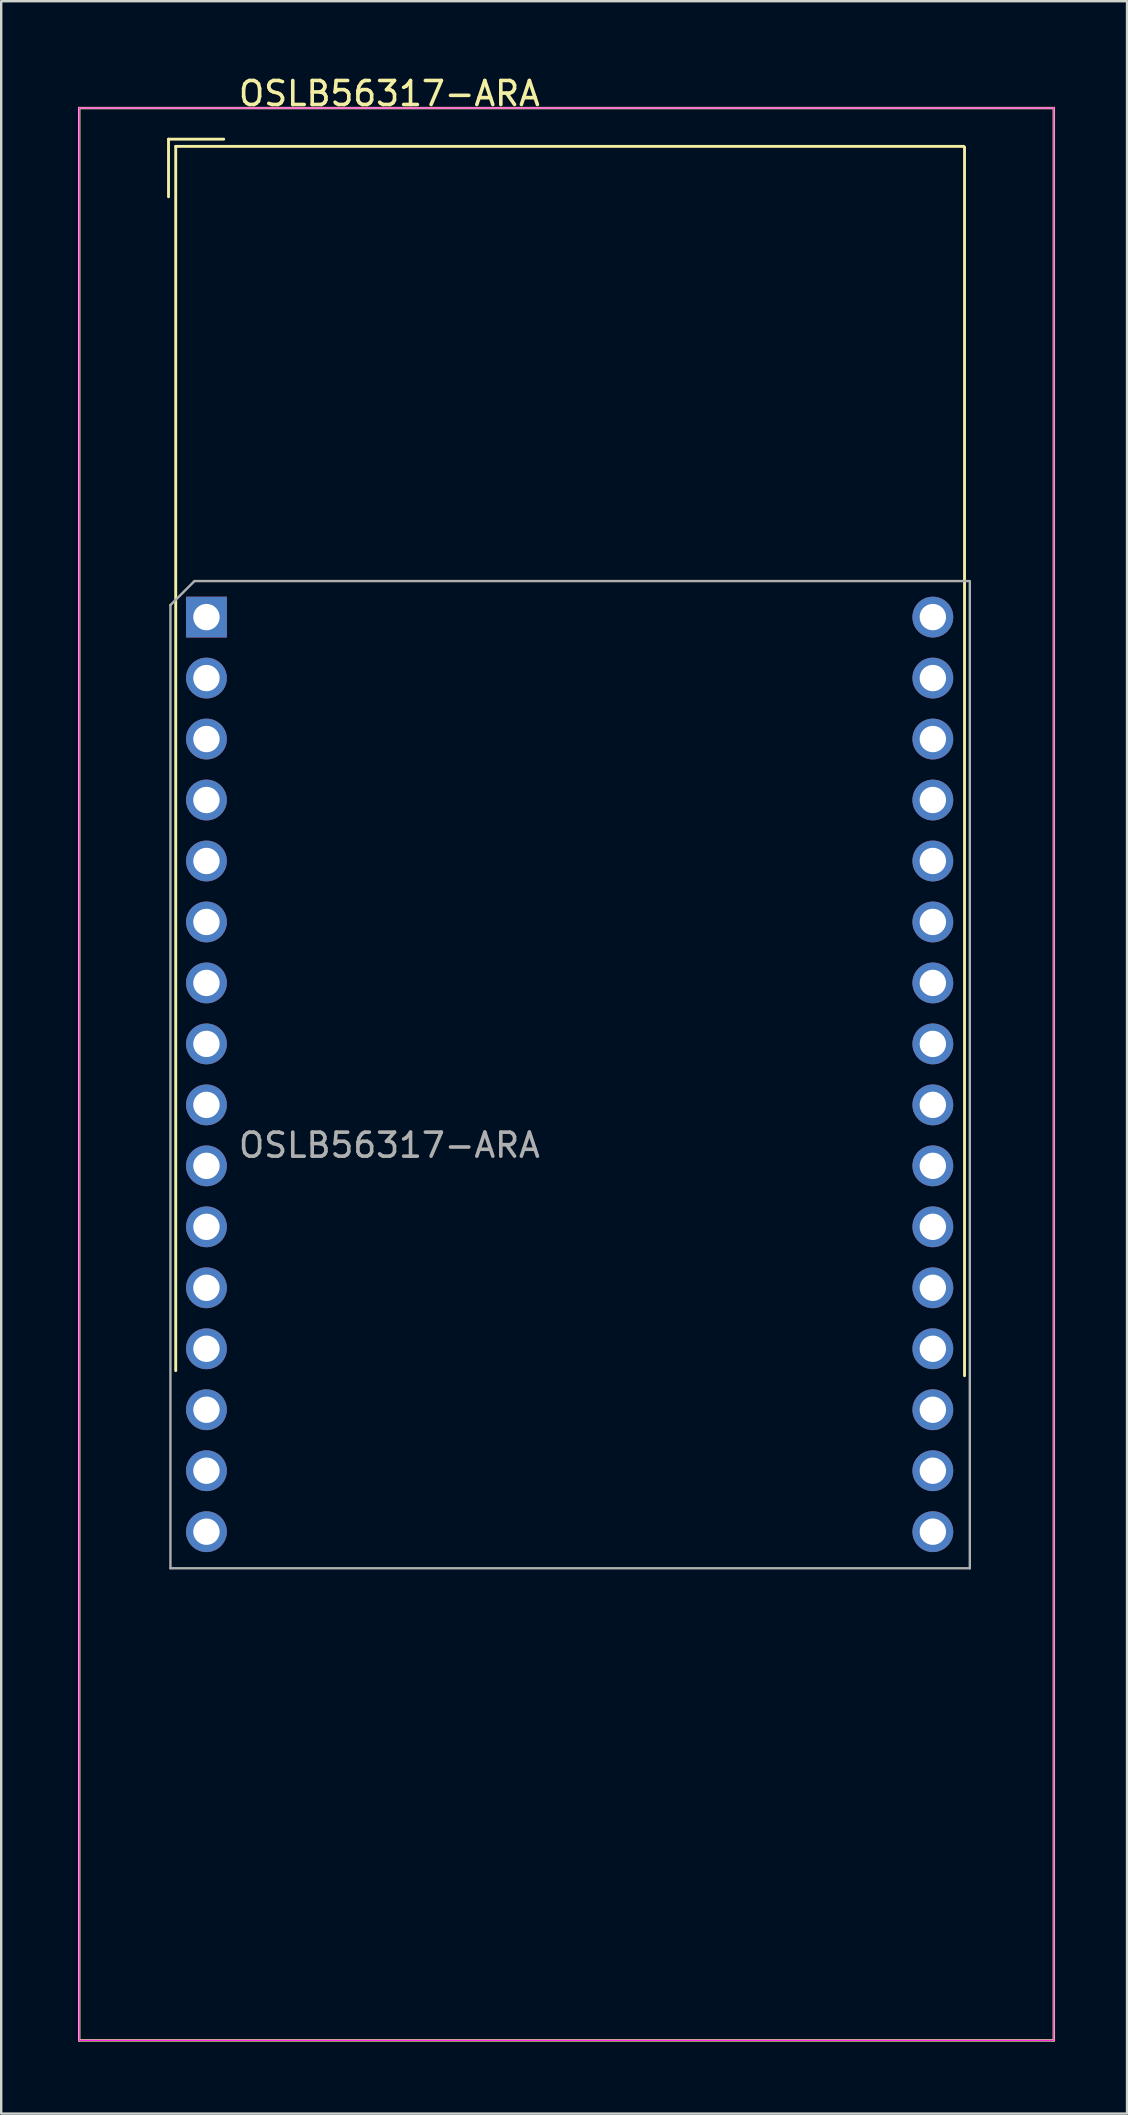
<source format=kicad_pcb>
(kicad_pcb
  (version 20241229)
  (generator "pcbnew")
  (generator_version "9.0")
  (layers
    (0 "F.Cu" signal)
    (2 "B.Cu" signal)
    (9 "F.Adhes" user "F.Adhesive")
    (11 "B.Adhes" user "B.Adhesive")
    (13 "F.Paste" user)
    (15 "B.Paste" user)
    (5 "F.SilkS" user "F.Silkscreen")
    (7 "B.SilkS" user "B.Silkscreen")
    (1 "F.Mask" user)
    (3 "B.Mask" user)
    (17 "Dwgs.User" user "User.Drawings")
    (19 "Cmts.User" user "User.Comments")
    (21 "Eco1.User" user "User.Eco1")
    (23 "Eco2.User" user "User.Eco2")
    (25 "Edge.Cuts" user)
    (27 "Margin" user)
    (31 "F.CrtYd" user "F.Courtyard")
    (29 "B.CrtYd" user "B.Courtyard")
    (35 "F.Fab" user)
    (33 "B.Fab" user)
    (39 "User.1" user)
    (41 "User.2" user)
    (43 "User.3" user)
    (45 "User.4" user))
  (footprint "OSLB56317-ARA"
    (layer "F.Cu")
    (at 0.25 1.448)
    (property "Reference" "OSLB56317-ARA" (at 12.92 -0.6 0) (layer "F.SilkS") (effects (font (size 1 1) (thickness 0.15))))
    (attr through_hole)
    (fp_line (start 0 0.003) (end 0 80.5) (stroke (width 0.1) (type default)) (layer "F.SilkS"))
    (fp_line (start 3.72 1.3) (end 3.72 3.7) (stroke (width 0.12) (type solid)) (layer "F.SilkS"))
    (fp_line (start 4.02 1.6) (end 36.847 1.6) (stroke (width 0.12) (type solid)) (layer "F.SilkS"))
    (fp_line (start 4.02 52.6) (end 4.02 1.6) (stroke (width 0.12) (type solid)) (layer "F.SilkS"))
    (fp_line (start 6.02 1.3) (end 3.72 1.3) (stroke (width 0.12) (type solid)) (layer "F.SilkS"))
    (fp_line (start 36.88 1.628) (end 36.88 52.81) (stroke (width 0.12) (type solid)) (layer "F.SilkS"))
    (fp_line (start 40.6 0.003) (end 0 0.003) (stroke (width 0.1) (type default)) (layer "F.SilkS"))
    (fp_line (start 40.6 0.003) (end 40.6 80.5) (stroke (width 0.1) (type default)) (layer "F.SilkS"))
    (fp_line (start 40.6 80.5) (end 0 80.5) (stroke (width 0.1) (type default)) (layer "F.SilkS"))
    (fp_line (start 0 0) (end 40.6 0) (stroke (width 0.05) (type solid)) (layer "F.CrtYd"))
    (fp_line (start 0 80.5) (end 0 0) (stroke (width 0.05) (type solid)) (layer "F.CrtYd"))
    (fp_line (start 0 80.5) (end 40.6 80.5) (stroke (width 0.05) (type default)) (layer "F.CrtYd"))
    (fp_line (start 40.6 0) (end 40.6 80.5) (stroke (width 0.05) (type solid)) (layer "F.CrtYd"))
    (fp_line (start 3.8 20.709) (end 3.8 60.833) (stroke (width 0.1) (type solid)) (layer "F.Fab"))
    (fp_line (start 3.8 60.833) (end 37.1 60.833) (stroke (width 0.1) (type default)) (layer "F.Fab"))
    (fp_line (start 4.8 19.709) (end 3.8 20.709) (stroke (width 0.1) (type solid)) (layer "F.Fab"))
    (fp_line (start 37.1 60.833) (end 37.1 19.736) (stroke (width 0.1) (type solid)) (layer "F.Fab"))
    (fp_line (start 37.101 19.709) (end 4.8 19.709) (stroke (width 0.1) (type solid)) (layer "F.Fab"))
    (fp_text user "${REFERENCE}" (at 12.92 43.209 0) (layer "F.Fab") (effects (font (size 1 1) (thickness 0.15))))
    (pad "1" thru_hole rect (at 5.3 21.209) (size 1.7 1.7) (drill 1.1) (layers "*.Cu" "*.Mask"))
    (pad "2" thru_hole circle (at 5.3 23.749) (size 1.7 1.7) (drill 1.1) (layers "*.Cu" "*.Mask"))
    (pad "3" thru_hole circle (at 5.3 26.289) (size 1.7 1.7) (drill 1.1) (layers "*.Cu" "*.Mask"))
    (pad "4" thru_hole circle (at 5.3 28.829) (size 1.7 1.7) (drill 1.1) (layers "*.Cu" "*.Mask"))
    (pad "5" thru_hole circle (at 5.3 31.369) (size 1.7 1.7) (drill 1.1) (layers "*.Cu" "*.Mask"))
    (pad "6" thru_hole circle (at 5.3 33.909) (size 1.7 1.7) (drill 1.1) (layers "*.Cu" "*.Mask"))
    (pad "7" thru_hole circle (at 5.3 36.449) (size 1.7 1.7) (drill 1.1) (layers "*.Cu" "*.Mask"))
    (pad "8" thru_hole circle (at 5.3 38.989) (size 1.7 1.7) (drill 1.1) (layers "*.Cu" "*.Mask"))
    (pad "9" thru_hole circle (at 5.3 41.529) (size 1.7 1.7) (drill 1.1) (layers "*.Cu" "*.Mask"))
    (pad "10" thru_hole circle (at 5.3 44.069) (size 1.7 1.7) (drill 1.1) (layers "*.Cu" "*.Mask"))
    (pad "11" thru_hole circle (at 5.3 46.609) (size 1.7 1.7) (drill 1.1) (layers "*.Cu" "*.Mask"))
    (pad "12" thru_hole circle (at 5.3 49.149) (size 1.7 1.7) (drill 1.1) (layers "*.Cu" "*.Mask"))
    (pad "13" thru_hole circle (at 5.3 51.689) (size 1.7 1.7) (drill 1.1) (layers "*.Cu" "*.Mask"))
    (pad "14" thru_hole circle (at 5.3 54.229) (size 1.7 1.7) (drill 1.1) (layers "*.Cu" "*.Mask"))
    (pad "15" thru_hole circle (at 5.3 56.769) (size 1.7 1.7) (drill 1.1) (layers "*.Cu" "*.Mask"))
    (pad "16" thru_hole circle (at 5.3 59.309) (size 1.7 1.7) (drill 1.1) (layers "*.Cu" "*.Mask"))
    (pad "17" thru_hole circle (at 35.56 59.309) (size 1.7 1.7) (drill 1.1) (layers "*.Cu" "*.Mask"))
    (pad "18" thru_hole circle (at 35.56 56.769) (size 1.7 1.7) (drill 1.1) (layers "*.Cu" "*.Mask"))
    (pad "19" thru_hole circle (at 35.56 54.229) (size 1.7 1.7) (drill 1.1) (layers "*.Cu" "*.Mask"))
    (pad "20" thru_hole circle (at 35.56 51.689) (size 1.7 1.7) (drill 1.1) (layers "*.Cu" "*.Mask"))
    (pad "21" thru_hole circle (at 35.56 49.149) (size 1.7 1.7) (drill 1.1) (layers "*.Cu" "*.Mask"))
    (pad "22" thru_hole circle (at 35.56 46.609) (size 1.7 1.7) (drill 1.1) (layers "*.Cu" "*.Mask"))
    (pad "23" thru_hole circle (at 35.56 44.069) (size 1.7 1.7) (drill 1.1) (layers "*.Cu" "*.Mask"))
    (pad "24" thru_hole circle (at 35.56 41.529) (size 1.7 1.7) (drill 1.1) (layers "*.Cu" "*.Mask"))
    (pad "25" thru_hole circle (at 35.56 38.989) (size 1.7 1.7) (drill 1.1) (layers "*.Cu" "*.Mask"))
    (pad "26" thru_hole circle (at 35.56 36.449) (size 1.7 1.7) (drill 1.1) (layers "*.Cu" "*.Mask"))
    (pad "27" thru_hole circle (at 35.56 33.909) (size 1.7 1.7) (drill 1.1) (layers "*.Cu" "*.Mask"))
    (pad "28" thru_hole circle (at 35.56 31.369) (size 1.7 1.7) (drill 1.1) (layers "*.Cu" "*.Mask"))
    (pad "29" thru_hole circle (at 35.56 28.829) (size 1.7 1.7) (drill 1.1) (layers "*.Cu" "*.Mask"))
    (pad "30" thru_hole circle (at 35.56 26.289) (size 1.7 1.7) (drill 1.1) (layers "*.Cu" "*.Mask"))
    (pad "31" thru_hole circle (at 35.56 23.749) (size 1.7 1.7) (drill 1.1) (layers "*.Cu" "*.Mask"))
    (pad "32" thru_hole circle (at 35.56 21.209) (size 1.7 1.7) (drill 1.1) (layers "*.Cu" "*.Mask")))
  (gr_rect
    (start -3 -3)
    (end 43.9 84.998)
    (stroke (width 0.1) (type default))
    (fill no)
    (layer "Edge.Cuts")))
</source>
